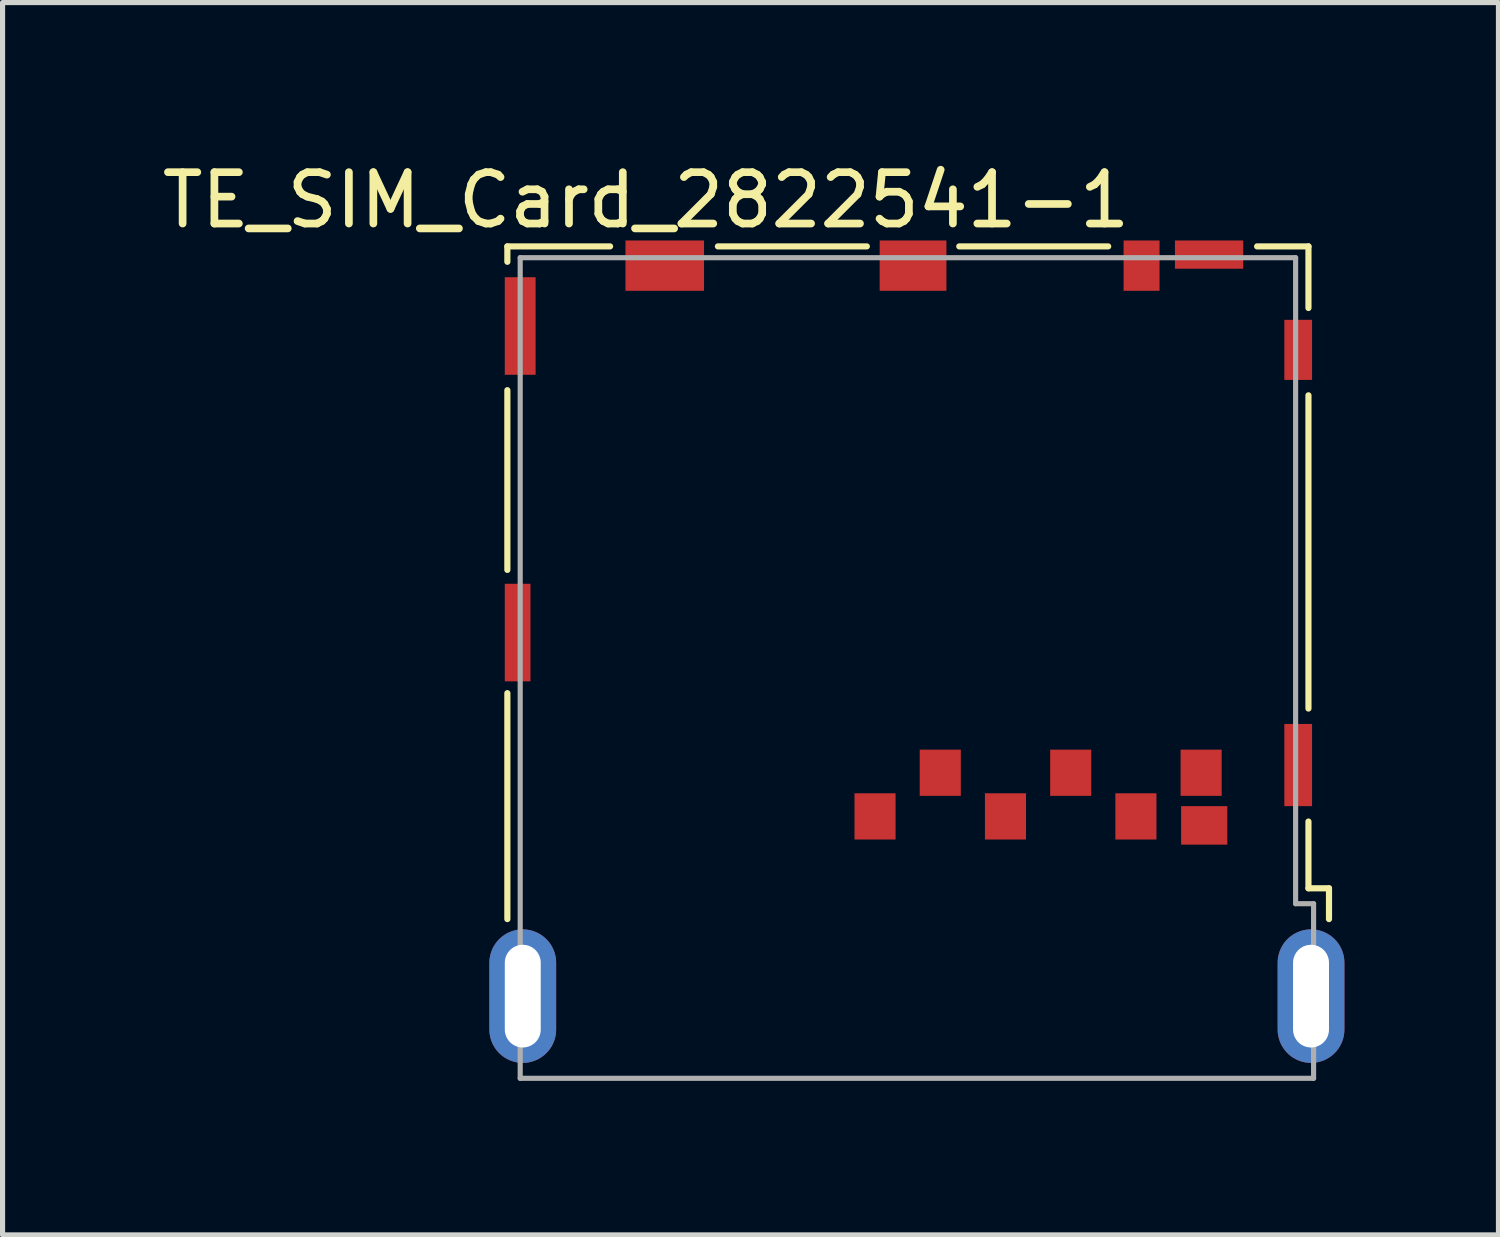
<source format=kicad_pcb>
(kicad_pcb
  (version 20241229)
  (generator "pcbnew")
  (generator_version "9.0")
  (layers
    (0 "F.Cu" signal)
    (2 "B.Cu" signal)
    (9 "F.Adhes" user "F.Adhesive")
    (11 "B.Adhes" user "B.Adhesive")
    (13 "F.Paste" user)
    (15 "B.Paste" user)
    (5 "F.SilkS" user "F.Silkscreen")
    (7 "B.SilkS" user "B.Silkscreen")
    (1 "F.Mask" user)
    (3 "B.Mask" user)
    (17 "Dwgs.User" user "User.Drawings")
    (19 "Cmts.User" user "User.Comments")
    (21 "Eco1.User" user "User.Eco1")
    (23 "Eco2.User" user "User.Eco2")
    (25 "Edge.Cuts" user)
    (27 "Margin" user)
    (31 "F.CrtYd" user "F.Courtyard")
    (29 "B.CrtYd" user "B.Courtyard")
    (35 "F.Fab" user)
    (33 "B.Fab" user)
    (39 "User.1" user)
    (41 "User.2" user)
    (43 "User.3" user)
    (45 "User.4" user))
  (footprint "TE_SIM_Card_2822541-1"
    (layer "F.Cu")
    (at 14.63 11.548)
    (property "Reference" "TE_SIM_Card_2822541-1" (at -5.1 -10.7 0) (layer "F.SilkS") (effects (font (size 1 1) (thickness 0.15))))
    (attr smd)
    (fp_line (start -7.8 -9.8) (end -5.8 -9.8) (stroke (width 0.12) (type solid)) (layer "F.SilkS"))
    (fp_line (start -7.8 -9.5) (end -7.8 -9.8) (stroke (width 0.12) (type solid)) (layer "F.SilkS"))
    (fp_line (start -7.8 -3.5) (end -7.8 -7) (stroke (width 0.12) (type solid)) (layer "F.SilkS"))
    (fp_line (start -7.8 3.3) (end -7.8 -1.1) (stroke (width 0.12) (type solid)) (layer "F.SilkS"))
    (fp_line (start -3.7 -9.8) (end -0.8 -9.8) (stroke (width 0.12) (type solid)) (layer "F.SilkS"))
    (fp_line (start 1 -9.8) (end 3.9 -9.8) (stroke (width 0.12) (type solid)) (layer "F.SilkS"))
    (fp_line (start 6.8 -9.8) (end 7.8 -9.8) (stroke (width 0.12) (type solid)) (layer "F.SilkS"))
    (fp_line (start 7.8 -9.8) (end 7.8 -8.6) (stroke (width 0.12) (type solid)) (layer "F.SilkS"))
    (fp_line (start 7.8 -6.9) (end 7.8 -0.8) (stroke (width 0.12) (type solid)) (layer "F.SilkS"))
    (fp_line (start 7.8 1.4) (end 7.8 2.7) (stroke (width 0.12) (type solid)) (layer "F.SilkS"))
    (fp_line (start 7.8 2.7) (end 8.2 2.7) (stroke (width 0.12) (type solid)) (layer "F.SilkS"))
    (fp_line (start 8.2 2.7) (end 8.2 3.3) (stroke (width 0.12) (type solid)) (layer "F.SilkS"))
    (fp_line (start -7.55 -9.58) (end 7.55 -9.58) (stroke (width 0.1) (type solid)) (layer "F.Fab"))
    (fp_line (start -7.55 6.4) (end -7.55 -9.58) (stroke (width 0.1) (type solid)) (layer "F.Fab"))
    (fp_line (start -7.55 6.4) (end 7.9 6.4) (stroke (width 0.1) (type solid)) (layer "F.Fab"))
    (fp_line (start 7.55 3) (end 7.55 -9.58) (stroke (width 0.1) (type solid)) (layer "F.Fab"))
    (fp_line (start 7.9 3) (end 7.55 3) (stroke (width 0.1) (type solid)) (layer "F.Fab"))
    (fp_line (start 7.9 6.4) (end 7.9 3) (stroke (width 0.1) (type solid)) (layer "F.Fab"))
    (pad "1" smd rect (at 4.44 1.3) (size 0.8 0.9) (layers "F.Cu" "F.Mask" "F.Paste"))
    (pad "2" smd rect (at 1.9 1.3) (size 0.8 0.9) (layers "F.Cu" "F.Mask" "F.Paste"))
    (pad "3" smd rect (at -0.64 1.3) (size 0.8 0.9) (layers "F.Cu" "F.Mask" "F.Paste"))
    (pad "4" smd rect (at 5.71 0.45) (size 0.8 0.9) (layers "F.Cu" "F.Mask" "F.Paste"))
    (pad "5" smd rect (at 3.17 0.45) (size 0.8 0.9) (layers "F.Cu" "F.Mask" "F.Paste"))
    (pad "6" smd rect (at 0.63 0.45) (size 0.8 0.9) (layers "F.Cu" "F.Mask" "F.Paste"))
    (pad "7" smd rect (at 5.77 1.475) (size 0.9 0.75) (layers "F.Cu" "F.Mask" "F.Paste"))
    (pad "8" thru_hole oval (at 7.85 4.8) (size 1.3 2.6) (drill oval 0.7 2) (layers "*.Cu" "*.Mask"))
    (pad "9" smd rect (at 7.6 0.3) (size 0.54 1.6) (layers "F.Cu" "F.Mask" "F.Paste"))
    (pad "10" smd rect (at 7.6 -7.785) (size 0.54 1.17) (layers "F.Cu" "F.Mask" "F.Paste"))
    (pad "11" smd rect (at 5.865 -9.64) (size 1.33 0.55) (layers "F.Cu" "F.Mask" "F.Paste"))
    (pad "12" smd rect (at 4.55 -9.425) (size 0.7 0.98) (layers "F.Cu" "F.Mask" "F.Paste"))
    (pad "13" smd rect (at 0.1 -9.425) (size 1.3 0.98) (layers "F.Cu" "F.Mask" "F.Paste"))
    (pad "14" smd rect (at -4.735 -9.425) (size 1.53 0.98) (layers "F.Cu" "F.Mask" "F.Paste"))
    (pad "15" smd rect (at -7.55 -8.25) (size 0.6 1.9) (layers "F.Cu" "F.Mask" "F.Paste"))
    (pad "16" smd rect (at -7.6 -2.28) (size 0.5 1.9) (layers "F.Cu" "F.Mask" "F.Paste"))
    (pad "17" thru_hole oval (at -7.5 4.8) (size 1.3 2.6) (drill oval 0.7 2) (layers "*.Cu" "*.Mask")))
  (gr_rect
    (start -3 -3)
    (end 26.13 20.998)
    (stroke (width 0.1) (type default))
    (fill no)
    (layer "Edge.Cuts")))
</source>
